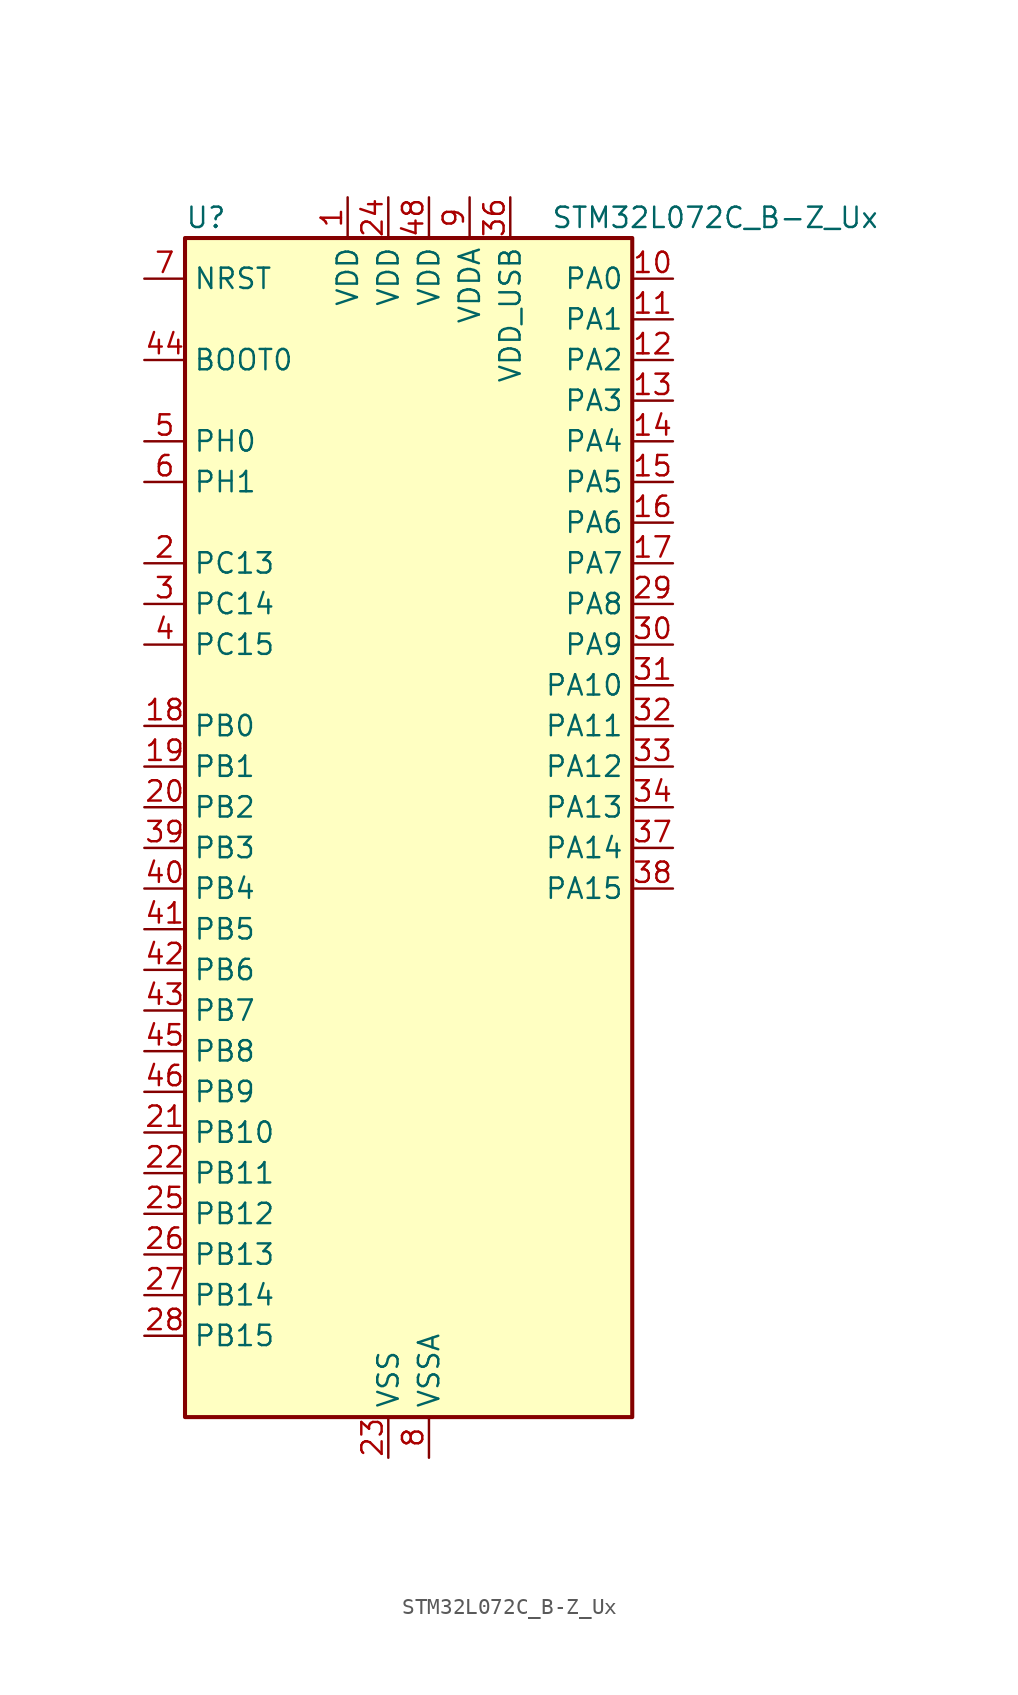
<source format=kicad_sym>
(kicad_symbol_lib
  (version 20231120)
  (generator "kicad_symbol_editor")
  (generator_version "8.0")
  (symbol "STM32L072C_B-Z_Ux"
    (property "Reference" "U"
      (at -12.7 39.37 0)
      (effects (font (size 1.27 1.27)) (justify left)))
    (property "Value" "STM32L072C_B-Z_Ux"
      (at 10.16 39.37 0)
      (effects (font (size 1.27 1.27)) (justify left)))
    (property "ki_locked" ""
      (at 0 0 0)
      (effects (font (size 1.27 1.27))))
    (symbol "STM32L072C_B-Z_Ux_0_1"
      (rectangle (start -12.7 -35.56) (end 15.24 38.1) (stroke (width 0.254) (type default)) (fill (type background))))
    (symbol "STM32L072C_B-Z_Ux_1_1"
      (pin power_in line (at -2.54 40.64 270) (length 2.54) (name "VDD" (effects (font (size 1.27 1.27)))) (number "1" (effects (font (size 1.27 1.27)))))
      (pin bidirectional line (at 17.78 35.56 180) (length 2.54) (name "PA0" (effects (font (size 1.27 1.27)))) (number "10" (effects (font (size 1.27 1.27)))) (alternate "ADC_IN0" bidirectional line) (alternate "COMP1_INM" bidirectional line) (alternate "COMP1_OUT" bidirectional line) (alternate "RTC_TAMP2" bidirectional line) (alternate "SYS_WKUP1" bidirectional line) (alternate "TIM2_CH1" bidirectional line) (alternate "TIM2_ETR" bidirectional line) (alternate "TSC_G1_IO1" bidirectional line) (alternate "USART2_CTS" bidirectional line) (alternate "USART4_TX" bidirectional line))
      (pin bidirectional line (at 17.78 33.02 180) (length 2.54) (name "PA1" (effects (font (size 1.27 1.27)))) (number "11" (effects (font (size 1.27 1.27)))) (alternate "ADC_IN1" bidirectional line) (alternate "COMP1_INP" bidirectional line) (alternate "TIM21_ETR" bidirectional line) (alternate "TIM2_CH2" bidirectional line) (alternate "TSC_G1_IO2" bidirectional line) (alternate "USART2_DE" bidirectional line) (alternate "USART2_RTS" bidirectional line) (alternate "USART4_RX" bidirectional line))
      (pin bidirectional line (at 17.78 30.48 180) (length 2.54) (name "PA2" (effects (font (size 1.27 1.27)))) (number "12" (effects (font (size 1.27 1.27)))) (alternate "ADC_IN2" bidirectional line) (alternate "COMP2_INM" bidirectional line) (alternate "COMP2_OUT" bidirectional line) (alternate "LPUART1_TX" bidirectional line) (alternate "TIM21_CH1" bidirectional line) (alternate "TIM2_CH3" bidirectional line) (alternate "TSC_G1_IO3" bidirectional line) (alternate "USART2_TX" bidirectional line))
      (pin bidirectional line (at 17.78 27.94 180) (length 2.54) (name "PA3" (effects (font (size 1.27 1.27)))) (number "13" (effects (font (size 1.27 1.27)))) (alternate "ADC_IN3" bidirectional line) (alternate "COMP2_INP" bidirectional line) (alternate "LPUART1_RX" bidirectional line) (alternate "TIM21_CH2" bidirectional line) (alternate "TIM2_CH4" bidirectional line) (alternate "TSC_G1_IO4" bidirectional line) (alternate "USART2_RX" bidirectional line))
      (pin bidirectional line (at 17.78 25.4 180) (length 2.54) (name "PA4" (effects (font (size 1.27 1.27)))) (number "14" (effects (font (size 1.27 1.27)))) (alternate "ADC_IN4" bidirectional line) (alternate "COMP1_INM" bidirectional line) (alternate "COMP2_INM" bidirectional line) (alternate "DAC_OUT1" bidirectional line) (alternate "SPI1_NSS" bidirectional line) (alternate "TIM22_ETR" bidirectional line) (alternate "TSC_G2_IO1" bidirectional line) (alternate "USART2_CK" bidirectional line))
      (pin bidirectional line (at 17.78 22.86 180) (length 2.54) (name "PA5" (effects (font (size 1.27 1.27)))) (number "15" (effects (font (size 1.27 1.27)))) (alternate "ADC_IN5" bidirectional line) (alternate "COMP1_INM" bidirectional line) (alternate "COMP2_INM" bidirectional line) (alternate "DAC_OUT2" bidirectional line) (alternate "SPI1_SCK" bidirectional line) (alternate "TIM2_CH1" bidirectional line) (alternate "TIM2_ETR" bidirectional line) (alternate "TSC_G2_IO2" bidirectional line))
      (pin bidirectional line (at 17.78 20.32 180) (length 2.54) (name "PA6" (effects (font (size 1.27 1.27)))) (number "16" (effects (font (size 1.27 1.27)))) (alternate "ADC_IN6" bidirectional line) (alternate "COMP1_OUT" bidirectional line) (alternate "LPUART1_CTS" bidirectional line) (alternate "SPI1_MISO" bidirectional line) (alternate "TIM22_CH1" bidirectional line) (alternate "TIM3_CH1" bidirectional line) (alternate "TSC_G2_IO3" bidirectional line))
      (pin bidirectional line (at 17.78 17.78 180) (length 2.54) (name "PA7" (effects (font (size 1.27 1.27)))) (number "17" (effects (font (size 1.27 1.27)))) (alternate "ADC_IN7" bidirectional line) (alternate "COMP2_OUT" bidirectional line) (alternate "SPI1_MOSI" bidirectional line) (alternate "TIM22_CH2" bidirectional line) (alternate "TIM3_CH2" bidirectional line) (alternate "TSC_G2_IO4" bidirectional line))
      (pin bidirectional line (at -15.24 7.62 0) (length 2.54) (name "PB0" (effects (font (size 1.27 1.27)))) (number "18" (effects (font (size 1.27 1.27)))) (alternate "ADC_IN8" bidirectional line) (alternate "SYS_VREF_OUT_PB0" bidirectional line) (alternate "TIM3_CH3" bidirectional line) (alternate "TSC_G3_IO2" bidirectional line))
      (pin bidirectional line (at -15.24 5.08 0) (length 2.54) (name "PB1" (effects (font (size 1.27 1.27)))) (number "19" (effects (font (size 1.27 1.27)))) (alternate "ADC_IN9" bidirectional line) (alternate "LPUART1_DE" bidirectional line) (alternate "LPUART1_RTS" bidirectional line) (alternate "SYS_VREF_OUT_PB1" bidirectional line) (alternate "TIM3_CH4" bidirectional line) (alternate "TSC_G3_IO3" bidirectional line))
      (pin bidirectional line (at -15.24 17.78 0) (length 2.54) (name "PC13" (effects (font (size 1.27 1.27)))) (number "2" (effects (font (size 1.27 1.27)))) (alternate "RTC_OUT_ALARM" bidirectional line) (alternate "RTC_OUT_CALIB" bidirectional line) (alternate "RTC_TAMP1" bidirectional line) (alternate "RTC_TS" bidirectional line) (alternate "SYS_WKUP2" bidirectional line))
      (pin bidirectional line (at -15.24 2.54 0) (length 2.54) (name "PB2" (effects (font (size 1.27 1.27)))) (number "20" (effects (font (size 1.27 1.27)))) (alternate "I2C3_SMBA" bidirectional line) (alternate "LPTIM1_OUT" bidirectional line) (alternate "TSC_G3_IO4" bidirectional line))
      (pin bidirectional line (at -15.24 -17.78 0) (length 2.54) (name "PB10" (effects (font (size 1.27 1.27)))) (number "21" (effects (font (size 1.27 1.27)))) (alternate "I2C2_SCL" bidirectional line) (alternate "LPUART1_RX" bidirectional line) (alternate "LPUART1_TX" bidirectional line) (alternate "SPI2_SCK" bidirectional line) (alternate "TIM2_CH3" bidirectional line) (alternate "TSC_SYNC" bidirectional line))
      (pin bidirectional line (at -15.24 -20.32 0) (length 2.54) (name "PB11" (effects (font (size 1.27 1.27)))) (number "22" (effects (font (size 1.27 1.27)))) (alternate "ADC_EXTI11" bidirectional line) (alternate "I2C2_SDA" bidirectional line) (alternate "LPUART1_RX" bidirectional line) (alternate "LPUART1_TX" bidirectional line) (alternate "TIM2_CH4" bidirectional line) (alternate "TSC_G6_IO1" bidirectional line))
      (pin power_in line (at 0 -38.1 90) (length 2.54) (name "VSS" (effects (font (size 1.27 1.27)))) (number "23" (effects (font (size 1.27 1.27)))))
      (pin power_in line (at 0 40.64 270) (length 2.54) (name "VDD" (effects (font (size 1.27 1.27)))) (number "24" (effects (font (size 1.27 1.27)))))
      (pin bidirectional line (at -15.24 -22.86 0) (length 2.54) (name "PB12" (effects (font (size 1.27 1.27)))) (number "25" (effects (font (size 1.27 1.27)))) (alternate "I2S2_WS" bidirectional line) (alternate "LPUART1_DE" bidirectional line) (alternate "LPUART1_RTS" bidirectional line) (alternate "SPI2_NSS" bidirectional line) (alternate "TSC_G6_IO2" bidirectional line))
      (pin bidirectional line (at -15.24 -25.4 0) (length 2.54) (name "PB13" (effects (font (size 1.27 1.27)))) (number "26" (effects (font (size 1.27 1.27)))) (alternate "I2C2_SCL" bidirectional line) (alternate "I2S2_CK" bidirectional line) (alternate "LPUART1_CTS" bidirectional line) (alternate "RCC_MCO" bidirectional line) (alternate "SPI2_SCK" bidirectional line) (alternate "TIM21_CH1" bidirectional line) (alternate "TSC_G6_IO3" bidirectional line))
      (pin bidirectional line (at -15.24 -27.94 0) (length 2.54) (name "PB14" (effects (font (size 1.27 1.27)))) (number "27" (effects (font (size 1.27 1.27)))) (alternate "I2C2_SDA" bidirectional line) (alternate "I2S2_MCK" bidirectional line) (alternate "LPUART1_DE" bidirectional line) (alternate "LPUART1_RTS" bidirectional line) (alternate "RTC_OUT_ALARM" bidirectional line) (alternate "RTC_OUT_CALIB" bidirectional line) (alternate "SPI2_MISO" bidirectional line) (alternate "TIM21_CH2" bidirectional line) (alternate "TSC_G6_IO4" bidirectional line))
      (pin bidirectional line (at -15.24 -30.48 0) (length 2.54) (name "PB15" (effects (font (size 1.27 1.27)))) (number "28" (effects (font (size 1.27 1.27)))) (alternate "I2S2_SD" bidirectional line) (alternate "RTC_REFIN" bidirectional line) (alternate "SPI2_MOSI" bidirectional line))
      (pin bidirectional line (at 17.78 15.24 180) (length 2.54) (name "PA8" (effects (font (size 1.27 1.27)))) (number "29" (effects (font (size 1.27 1.27)))) (alternate "CRS_SYNC" bidirectional line) (alternate "I2C3_SCL" bidirectional line) (alternate "RCC_MCO" bidirectional line) (alternate "USART1_CK" bidirectional line))
      (pin bidirectional line (at -15.24 15.24 0) (length 2.54) (name "PC14" (effects (font (size 1.27 1.27)))) (number "3" (effects (font (size 1.27 1.27)))) (alternate "RCC_OSC32_IN" bidirectional line))
      (pin bidirectional line (at 17.78 12.7 180) (length 2.54) (name "PA9" (effects (font (size 1.27 1.27)))) (number "30" (effects (font (size 1.27 1.27)))) (alternate "DAC_EXTI9" bidirectional line) (alternate "I2C1_SCL" bidirectional line) (alternate "I2C3_SMBA" bidirectional line) (alternate "RCC_MCO" bidirectional line) (alternate "TSC_G4_IO1" bidirectional line) (alternate "USART1_TX" bidirectional line))
      (pin bidirectional line (at 17.78 10.16 180) (length 2.54) (name "PA10" (effects (font (size 1.27 1.27)))) (number "31" (effects (font (size 1.27 1.27)))) (alternate "I2C1_SDA" bidirectional line) (alternate "TSC_G4_IO2" bidirectional line) (alternate "USART1_RX" bidirectional line))
      (pin bidirectional line (at 17.78 7.62 180) (length 2.54) (name "PA11" (effects (font (size 1.27 1.27)))) (number "32" (effects (font (size 1.27 1.27)))) (alternate "ADC_EXTI11" bidirectional line) (alternate "COMP1_OUT" bidirectional line) (alternate "SPI1_MISO" bidirectional line) (alternate "TSC_G4_IO3" bidirectional line) (alternate "USART1_CTS" bidirectional line) (alternate "USB_DM" bidirectional line))
      (pin bidirectional line (at 17.78 5.08 180) (length 2.54) (name "PA12" (effects (font (size 1.27 1.27)))) (number "33" (effects (font (size 1.27 1.27)))) (alternate "COMP2_OUT" bidirectional line) (alternate "SPI1_MOSI" bidirectional line) (alternate "TSC_G4_IO4" bidirectional line) (alternate "USART1_DE" bidirectional line) (alternate "USART1_RTS" bidirectional line) (alternate "USB_DP" bidirectional line))
      (pin bidirectional line (at 17.78 2.54 180) (length 2.54) (name "PA13" (effects (font (size 1.27 1.27)))) (number "34" (effects (font (size 1.27 1.27)))) (alternate "LPUART1_RX" bidirectional line) (alternate "SYS_SWDIO" bidirectional line) (alternate "USB_NOE" bidirectional line))
      (pin passive line (at 0 -38.1 90) (length 2.54) hide (name "VSS" (effects (font (size 1.27 1.27)))) (number "35" (effects (font (size 1.27 1.27)))))
      (pin power_in line (at 7.62 40.64 270) (length 2.54) (name "VDD_USB" (effects (font (size 1.27 1.27)))) (number "36" (effects (font (size 1.27 1.27)))))
      (pin bidirectional line (at 17.78 0 180) (length 2.54) (name "PA14" (effects (font (size 1.27 1.27)))) (number "37" (effects (font (size 1.27 1.27)))) (alternate "LPUART1_TX" bidirectional line) (alternate "SYS_SWCLK" bidirectional line) (alternate "USART2_TX" bidirectional line))
      (pin bidirectional line (at 17.78 -2.54 180) (length 2.54) (name "PA15" (effects (font (size 1.27 1.27)))) (number "38" (effects (font (size 1.27 1.27)))) (alternate "SPI1_NSS" bidirectional line) (alternate "TIM2_CH1" bidirectional line) (alternate "TIM2_ETR" bidirectional line) (alternate "USART2_RX" bidirectional line) (alternate "USART4_DE" bidirectional line) (alternate "USART4_RTS" bidirectional line))
      (pin bidirectional line (at -15.24 0 0) (length 2.54) (name "PB3" (effects (font (size 1.27 1.27)))) (number "39" (effects (font (size 1.27 1.27)))) (alternate "COMP2_INM" bidirectional line) (alternate "SPI1_SCK" bidirectional line) (alternate "TIM2_CH2" bidirectional line) (alternate "TSC_G5_IO1" bidirectional line) (alternate "USART1_DE" bidirectional line) (alternate "USART1_RTS" bidirectional line) (alternate "USART5_TX" bidirectional line))
      (pin bidirectional line (at -15.24 12.7 0) (length 2.54) (name "PC15" (effects (font (size 1.27 1.27)))) (number "4" (effects (font (size 1.27 1.27)))) (alternate "RCC_OSC32_OUT" bidirectional line))
      (pin bidirectional line (at -15.24 -2.54 0) (length 2.54) (name "PB4" (effects (font (size 1.27 1.27)))) (number "40" (effects (font (size 1.27 1.27)))) (alternate "COMP2_INP" bidirectional line) (alternate "I2C3_SDA" bidirectional line) (alternate "SPI1_MISO" bidirectional line) (alternate "TIM22_CH1" bidirectional line) (alternate "TIM3_CH1" bidirectional line) (alternate "TSC_G5_IO2" bidirectional line) (alternate "USART1_CTS" bidirectional line) (alternate "USART5_RX" bidirectional line))
      (pin bidirectional line (at -15.24 -5.08 0) (length 2.54) (name "PB5" (effects (font (size 1.27 1.27)))) (number "41" (effects (font (size 1.27 1.27)))) (alternate "COMP2_INP" bidirectional line) (alternate "I2C1_SMBA" bidirectional line) (alternate "LPTIM1_IN1" bidirectional line) (alternate "SPI1_MOSI" bidirectional line) (alternate "TIM22_CH2" bidirectional line) (alternate "TIM3_CH2" bidirectional line) (alternate "USART1_CK" bidirectional line) (alternate "USART5_CK" bidirectional line) (alternate "USART5_DE" bidirectional line) (alternate "USART5_RTS" bidirectional line))
      (pin bidirectional line (at -15.24 -7.62 0) (length 2.54) (name "PB6" (effects (font (size 1.27 1.27)))) (number "42" (effects (font (size 1.27 1.27)))) (alternate "COMP2_INP" bidirectional line) (alternate "I2C1_SCL" bidirectional line) (alternate "LPTIM1_ETR" bidirectional line) (alternate "TSC_G5_IO3" bidirectional line) (alternate "USART1_TX" bidirectional line))
      (pin bidirectional line (at -15.24 -10.16 0) (length 2.54) (name "PB7" (effects (font (size 1.27 1.27)))) (number "43" (effects (font (size 1.27 1.27)))) (alternate "COMP2_INP" bidirectional line) (alternate "I2C1_SDA" bidirectional line) (alternate "LPTIM1_IN2" bidirectional line) (alternate "SYS_PVD_IN" bidirectional line) (alternate "TSC_G5_IO4" bidirectional line) (alternate "USART1_RX" bidirectional line) (alternate "USART4_CTS" bidirectional line))
      (pin input line (at -15.24 30.48 0) (length 2.54) (name "BOOT0" (effects (font (size 1.27 1.27)))) (number "44" (effects (font (size 1.27 1.27)))))
      (pin bidirectional line (at -15.24 -12.7 0) (length 2.54) (name "PB8" (effects (font (size 1.27 1.27)))) (number "45" (effects (font (size 1.27 1.27)))) (alternate "I2C1_SCL" bidirectional line) (alternate "TSC_SYNC" bidirectional line))
      (pin bidirectional line (at -15.24 -15.24 0) (length 2.54) (name "PB9" (effects (font (size 1.27 1.27)))) (number "46" (effects (font (size 1.27 1.27)))) (alternate "DAC_EXTI9" bidirectional line) (alternate "I2C1_SDA" bidirectional line) (alternate "I2S2_WS" bidirectional line) (alternate "SPI2_NSS" bidirectional line))
      (pin passive line (at 0 -38.1 90) (length 2.54) hide (name "VSS" (effects (font (size 1.27 1.27)))) (number "47" (effects (font (size 1.27 1.27)))))
      (pin power_in line (at 2.54 40.64 270) (length 2.54) (name "VDD" (effects (font (size 1.27 1.27)))) (number "48" (effects (font (size 1.27 1.27)))))
      (pin passive line (at 0 -38.1 90) (length 2.54) hide (name "VSS" (effects (font (size 1.27 1.27)))) (number "49" (effects (font (size 1.27 1.27)))))
      (pin bidirectional line (at -15.24 25.4 0) (length 2.54) (name "PH0" (effects (font (size 1.27 1.27)))) (number "5" (effects (font (size 1.27 1.27)))) (alternate "CRS_SYNC" bidirectional line) (alternate "RCC_OSC_IN" bidirectional line))
      (pin bidirectional line (at -15.24 22.86 0) (length 2.54) (name "PH1" (effects (font (size 1.27 1.27)))) (number "6" (effects (font (size 1.27 1.27)))) (alternate "RCC_OSC_OUT" bidirectional line))
      (pin input line (at -15.24 35.56 0) (length 2.54) (name "NRST" (effects (font (size 1.27 1.27)))) (number "7" (effects (font (size 1.27 1.27)))))
      (pin power_in line (at 2.54 -38.1 90) (length 2.54) (name "VSSA" (effects (font (size 1.27 1.27)))) (number "8" (effects (font (size 1.27 1.27)))))
      (pin power_in line (at 5.08 40.64 270) (length 2.54) (name "VDDA" (effects (font (size 1.27 1.27)))) (number "9" (effects (font (size 1.27 1.27))))))))
</source>
